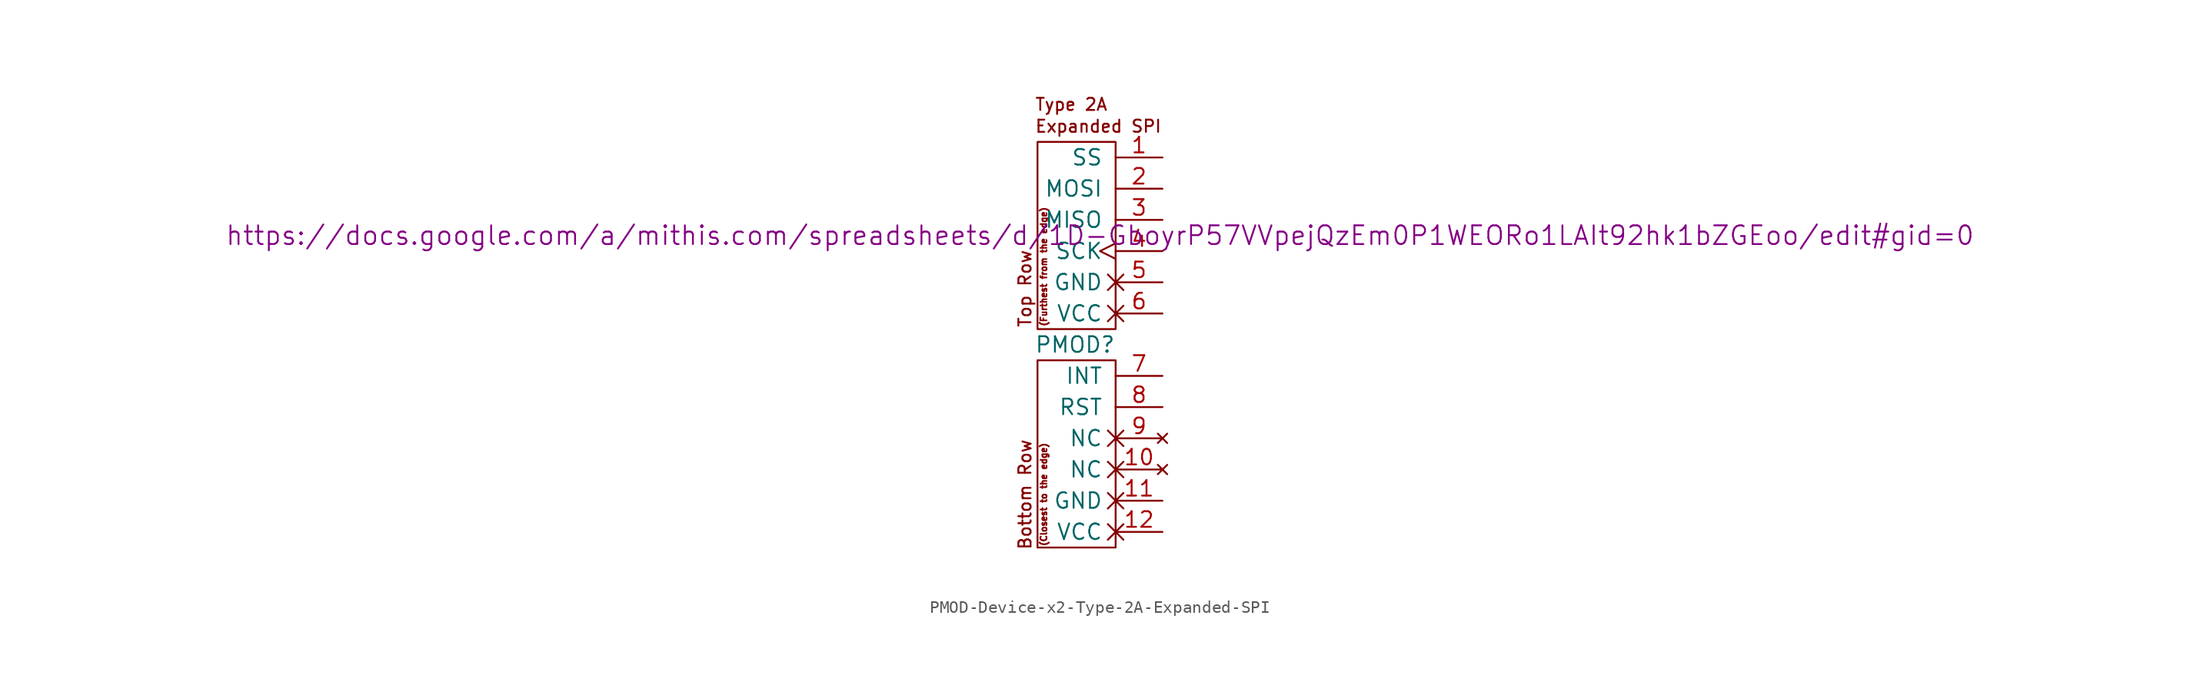
<source format=kicad_sym>
(kicad_symbol_lib
  (version 20231120)
  (generator "kicad_symbol_editor")
  (generator_version "8.0")
  (symbol "PMOD-Device-x2-Type-2A-Expanded-SPI"
    (pin_names
      (offset 1.016))
    (property "Reference" "PMOD"
      (at -3.302 -1.27 0)
      (effects (font (size 1.27 1.27))))
    (property "Datasheet" "https://docs.google.com/a/mithis.com/spreadsheets/d/1D-GboyrP57VVpejQzEm0P1WEORo1LAIt92hk1bZGEoo/edit#gid=0"
      (at -1.27 7.62 0)
      (effects (font (size 1.524 1.524))))
    (symbol "PMOD-Device-x2-Type-2A-Expanded-SPI_0_0"
      (text "(Closest to the edge)" (at -5.842 -13.462 900) (effects (font (size 0.508 0.508))))
      (text "(Furthest from the edge)" (at -5.842 5.08 900) (effects (font (size 0.508 0.508))))
      (text "Bottom Row" (at -7.366 -13.462 900) (effects (font (size 0.991 0.991))))
      (text "Expanded SPI" (at -6.604 16.51 0) (effects (font (size 0.991 0.991)) (justify left)))
      (text "Top Row" (at -7.366 3.302 900) (effects (font (size 0.991 0.991))))
      (text "Type 2A" (at -6.604 18.288 0) (effects (font (size 0.991 0.991)) (justify left))))
    (symbol "PMOD-Device-x2-Type-2A-Expanded-SPI_0_1"
      (rectangle (start -6.35 -2.54) (end 0 -17.78) (stroke (width 0) (type solid)) (fill (type none)))
      (rectangle (start 0 15.24) (end -6.35 0) (stroke (width 0) (type solid)) (fill (type none))))
    (symbol "PMOD-Device-x2-Type-2A-Expanded-SPI_1_1"
      (pin output line (at 3.81 13.97 180) (length 3.81) (name "SS" (effects (font (size 1.27 1.27)))) (number "1" (effects (font (size 1.27 1.27)))))
      (pin no_connect non_logic (at 3.81 -11.43 180) (length 3.81) (name "NC" (effects (font (size 1.27 1.27)))) (number "10" (effects (font (size 1.27 1.27)))))
      (pin power_out non_logic (at 3.81 -13.97 180) (length 3.81) (name "GND" (effects (font (size 1.27 1.27)))) (number "11" (effects (font (size 1.27 1.27)))))
      (pin power_out non_logic (at 3.81 -16.51 180) (length 3.81) (name "VCC" (effects (font (size 1.27 1.27)))) (number "12" (effects (font (size 1.27 1.27)))))
      (pin output line (at 3.81 11.43 180) (length 3.81) (name "MOSI" (effects (font (size 1.27 1.27)))) (number "2" (effects (font (size 1.27 1.27)))))
      (pin input line (at 3.81 8.89 180) (length 3.81) (name "MISO" (effects (font (size 1.27 1.27)))) (number "3" (effects (font (size 1.27 1.27)))))
      (pin output clock (at 3.81 6.35 180) (length 3.81) (name "SCK" (effects (font (size 1.27 1.27)))) (number "4" (effects (font (size 1.27 1.27)))))
      (pin power_out non_logic (at 3.81 3.81 180) (length 3.81) (name "GND" (effects (font (size 1.27 1.27)))) (number "5" (effects (font (size 1.27 1.27)))))
      (pin power_out non_logic (at 3.81 1.27 180) (length 3.81) (name "VCC" (effects (font (size 1.27 1.27)))) (number "6" (effects (font (size 1.27 1.27)))))
      (pin input line (at 3.81 -3.81 180) (length 3.81) (name "INT" (effects (font (size 1.27 1.27)))) (number "7" (effects (font (size 1.27 1.27)))))
      (pin output line (at 3.81 -6.35 180) (length 3.81) (name "RST" (effects (font (size 1.27 1.27)))) (number "8" (effects (font (size 1.27 1.27)))))
      (pin no_connect non_logic (at 3.81 -8.89 180) (length 3.81) (name "NC" (effects (font (size 1.27 1.27)))) (number "9" (effects (font (size 1.27 1.27))))))))
</source>
